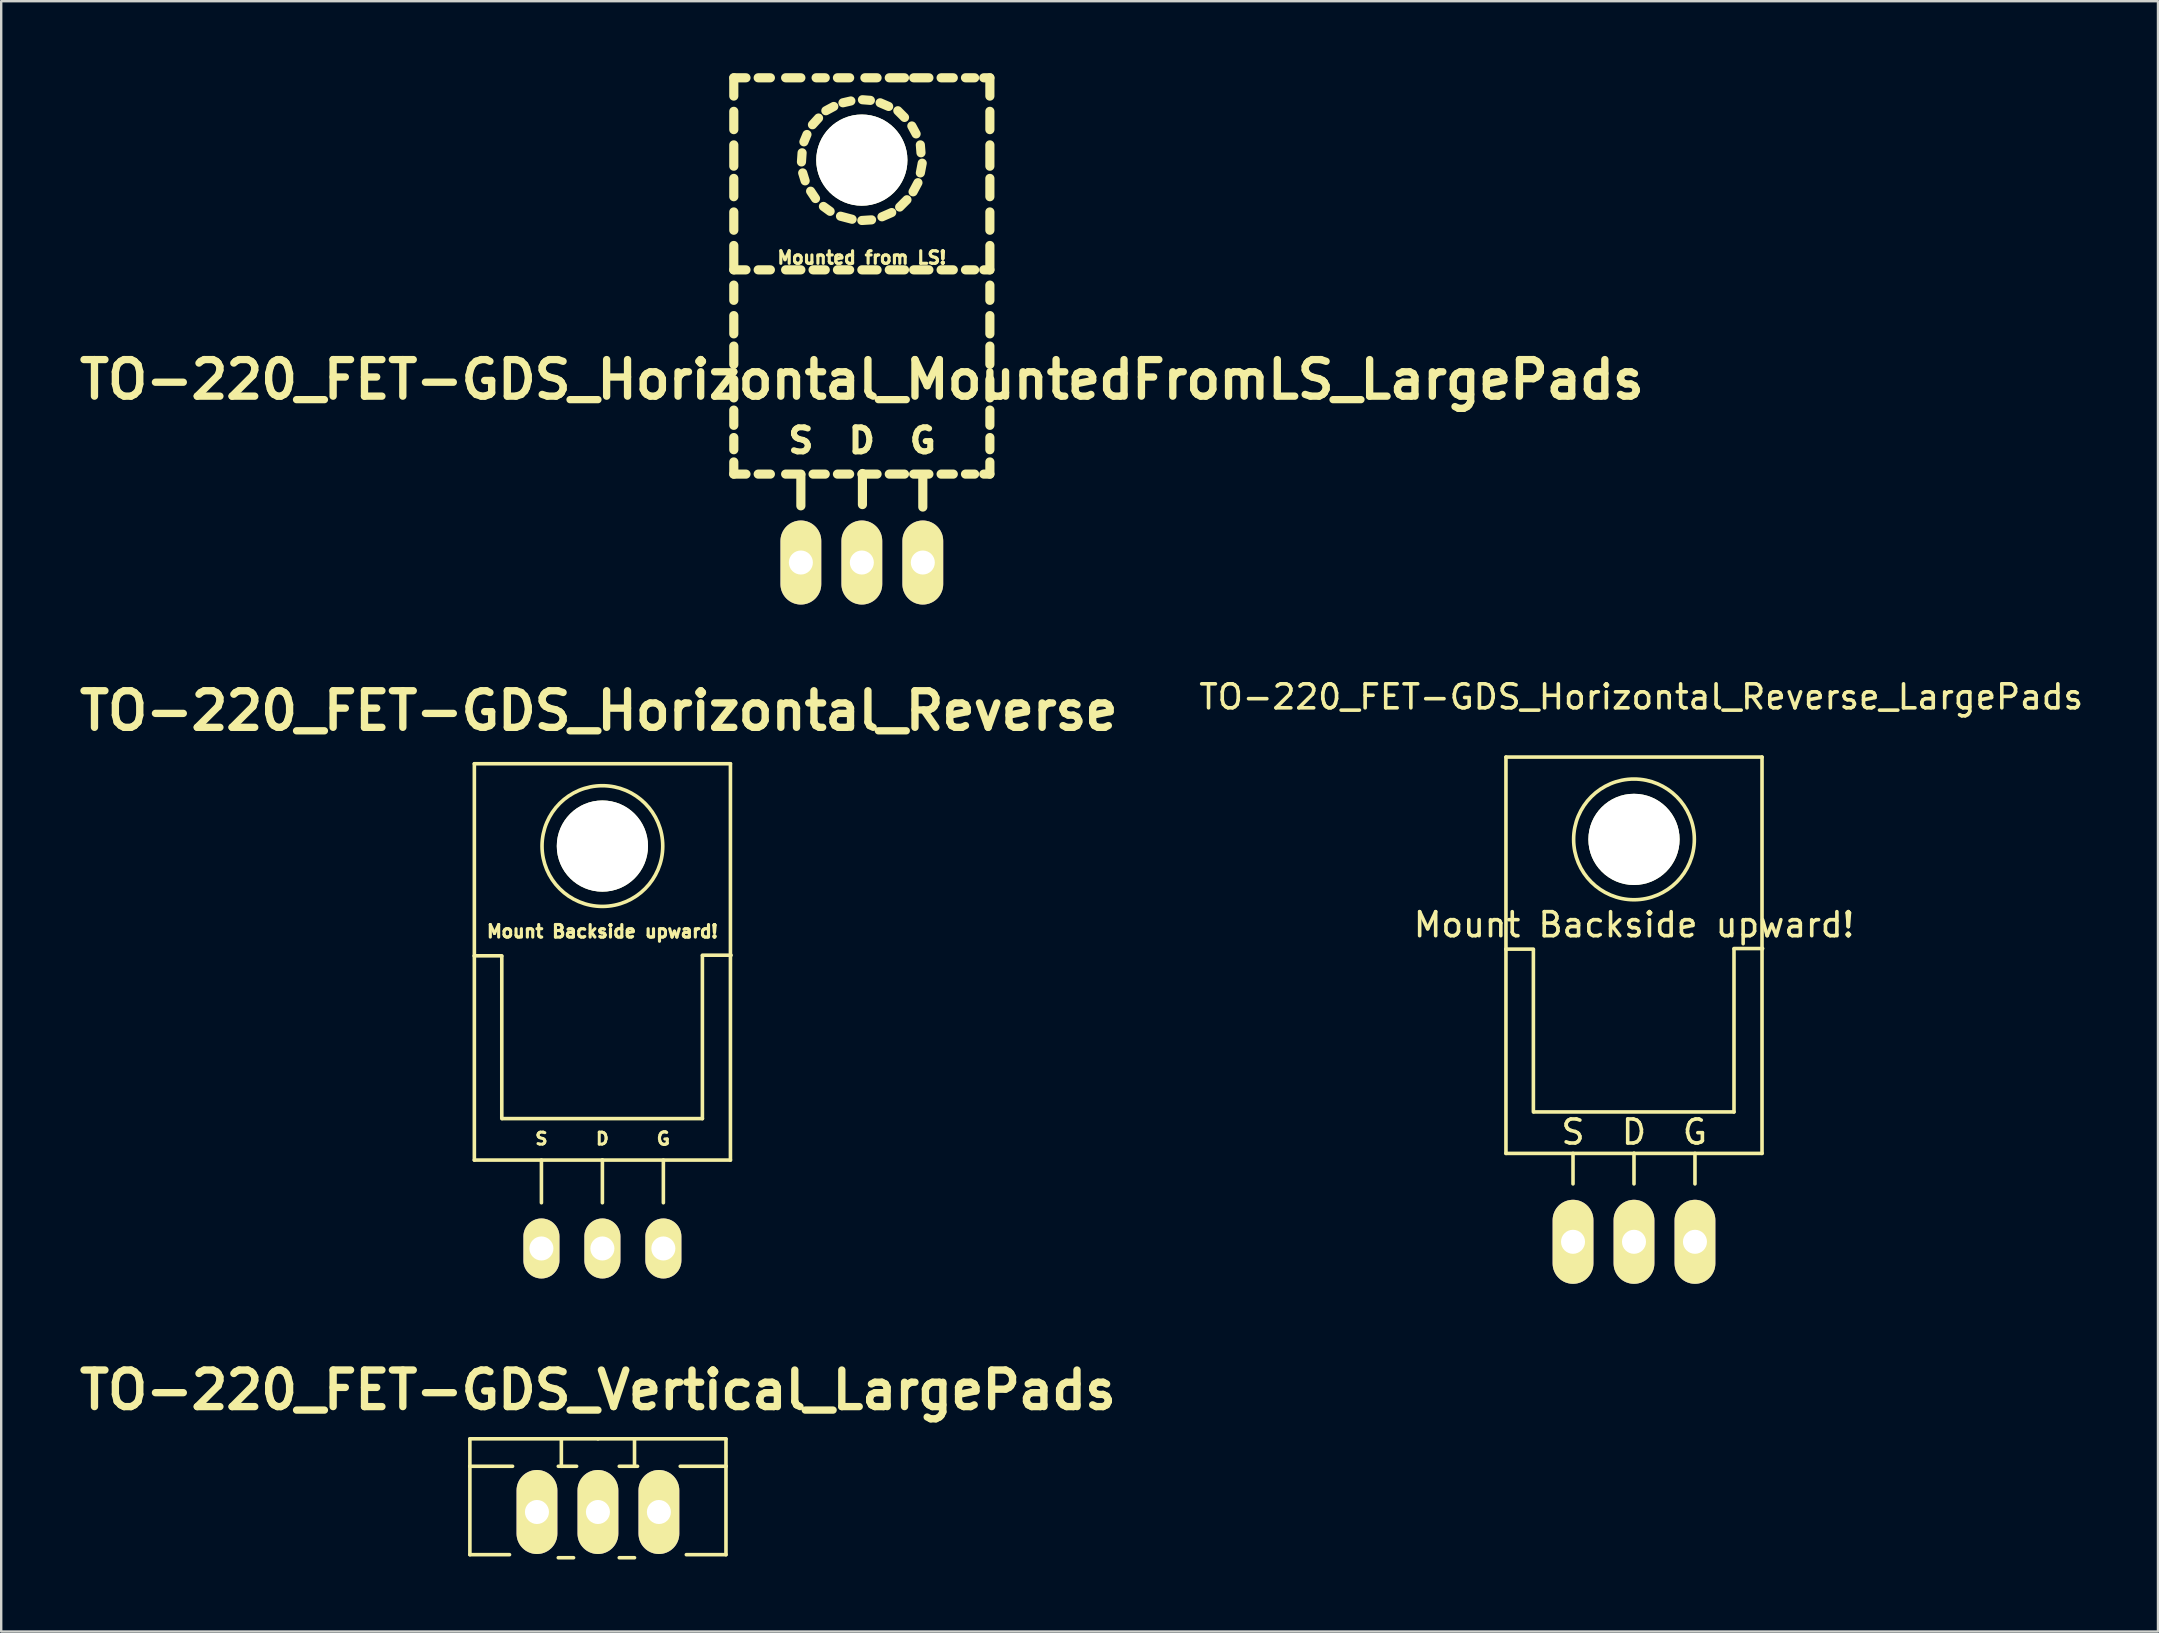
<source format=kicad_pcb>
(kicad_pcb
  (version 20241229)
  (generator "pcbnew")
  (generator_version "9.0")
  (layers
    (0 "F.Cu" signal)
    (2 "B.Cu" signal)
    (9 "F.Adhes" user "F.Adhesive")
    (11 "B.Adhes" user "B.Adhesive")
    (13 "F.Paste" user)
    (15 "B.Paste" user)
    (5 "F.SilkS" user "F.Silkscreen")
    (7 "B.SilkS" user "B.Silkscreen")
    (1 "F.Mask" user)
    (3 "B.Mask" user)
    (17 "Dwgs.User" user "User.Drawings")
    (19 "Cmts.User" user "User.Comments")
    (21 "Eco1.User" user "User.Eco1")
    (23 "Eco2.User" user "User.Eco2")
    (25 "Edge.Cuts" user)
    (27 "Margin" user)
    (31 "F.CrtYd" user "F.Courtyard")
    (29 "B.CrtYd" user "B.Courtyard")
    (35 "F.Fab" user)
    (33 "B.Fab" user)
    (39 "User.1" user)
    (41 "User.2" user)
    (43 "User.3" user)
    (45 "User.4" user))
  (footprint "TO-220_FET-GDS_Vertical_LargePads"
    (layer "F.Cu")
    (at 21.859 59.938)
    (property "Reference" "TO-220_FET-GDS_Vertical_LargePads" (at 0 -5.08 0) (layer "F.SilkS") (effects (font (size 1.524 1.524) (thickness 0.305))))
    (attr through_hole)
    (fp_line (start -5.334 -1.905) (end -5.334 -3.048) (stroke (width 0.15) (type solid)) (layer "F.SilkS"))
    (fp_line (start -5.334 -1.905) (end -3.556 -1.905) (stroke (width 0.15) (type solid)) (layer "F.SilkS"))
    (fp_line (start -5.334 1.778) (end -5.334 -1.905) (stroke (width 0.15) (type solid)) (layer "F.SilkS"))
    (fp_line (start -5.334 1.778) (end -3.683 1.778) (stroke (width 0.15) (type solid)) (layer "F.SilkS"))
    (fp_line (start -1.524 -3.048) (end -1.524 -1.905) (stroke (width 0.15) (type solid)) (layer "F.SilkS"))
    (fp_line (start -1.524 -1.905) (end -1.651 -1.905) (stroke (width 0.15) (type solid)) (layer "F.SilkS"))
    (fp_line (start -1.524 -1.905) (end -0.889 -1.905) (stroke (width 0.15) (type solid)) (layer "F.SilkS"))
    (fp_line (start -1.016 1.905) (end -1.651 1.905) (stroke (width 0.15) (type solid)) (layer "F.SilkS"))
    (fp_line (start 0 -3.048) (end -5.334 -3.048) (stroke (width 0.15) (type solid)) (layer "F.SilkS"))
    (fp_line (start 0 -3.048) (end 5.334 -3.048) (stroke (width 0.15) (type solid)) (layer "F.SilkS"))
    (fp_line (start 0.889 -1.905) (end 1.651 -1.905) (stroke (width 0.15) (type solid)) (layer "F.SilkS"))
    (fp_line (start 1.524 -3.048) (end 1.524 -1.905) (stroke (width 0.15) (type solid)) (layer "F.SilkS"))
    (fp_line (start 1.524 1.905) (end 0.889 1.905) (stroke (width 0.15) (type solid)) (layer "F.SilkS"))
    (fp_line (start 5.334 -3.048) (end 5.334 -1.905) (stroke (width 0.15) (type solid)) (layer "F.SilkS"))
    (fp_line (start 5.334 -1.905) (end 3.429 -1.905) (stroke (width 0.15) (type solid)) (layer "F.SilkS"))
    (fp_line (start 5.334 -1.905) (end 5.334 1.778) (stroke (width 0.15) (type solid)) (layer "F.SilkS"))
    (fp_line (start 5.334 1.778) (end 3.683 1.778) (stroke (width 0.15) (type solid)) (layer "F.SilkS"))
    (pad "D" thru_hole oval (at 0 0 90) (size 3.5 1.699) (drill 1.001) (layers "*.Cu" "*.Mask" "F.SilkS"))
    (pad "G" thru_hole oval (at -2.54 0 90) (size 3.5 1.699) (drill 1.001) (layers "*.Cu" "*.Mask" "F.SilkS"))
    (pad "S" thru_hole oval (at 2.54 0 90) (size 3.5 1.699) (drill 1.001) (layers "*.Cu" "*.Mask" "F.SilkS")))
  (footprint "TO-220_FET-GDS_Horizontal_MountedFromLS_LargePads"
    (layer "F.Cu")
    (at 32.853 20.384)
    (property "Reference" "TO-220_FET-GDS_Horizontal_MountedFromLS_LargePads" (at 0 -7.62 0) (layer "F.SilkS") (effects (font (size 1.524 1.524) (thickness 0.305))))
    (attr through_hole)
    (fp_line (start -5.334 -20.193) (end -5.334 -19.431) (stroke (width 0.381) (type solid)) (layer "F.SilkS"))
    (fp_line (start -5.334 -20.193) (end -4.826 -20.193) (stroke (width 0.381) (type solid)) (layer "F.SilkS"))
    (fp_line (start -5.334 -18.796) (end -5.334 -18.034) (stroke (width 0.381) (type solid)) (layer "F.SilkS"))
    (fp_line (start -5.334 -17.399) (end -5.334 -16.51) (stroke (width 0.381) (type solid)) (layer "F.SilkS"))
    (fp_line (start -5.334 -16.002) (end -5.334 -15.24) (stroke (width 0.381) (type solid)) (layer "F.SilkS"))
    (fp_line (start -5.334 -14.605) (end -5.334 -13.843) (stroke (width 0.381) (type solid)) (layer "F.SilkS"))
    (fp_line (start -5.334 -13.208) (end -5.334 -12.192) (stroke (width 0.381) (type solid)) (layer "F.SilkS"))
    (fp_line (start -5.334 -12.192) (end -4.826 -12.192) (stroke (width 0.381) (type solid)) (layer "F.SilkS"))
    (fp_line (start -5.334 -11.557) (end -5.334 -10.922) (stroke (width 0.381) (type solid)) (layer "F.SilkS"))
    (fp_line (start -5.334 -10.287) (end -5.334 -9.525) (stroke (width 0.381) (type solid)) (layer "F.SilkS"))
    (fp_line (start -5.334 -9.017) (end -5.334 -8.255) (stroke (width 0.381) (type solid)) (layer "F.SilkS"))
    (fp_line (start -5.334 -7.62) (end -5.334 -6.858) (stroke (width 0.381) (type solid)) (layer "F.SilkS"))
    (fp_line (start -5.334 -6.35) (end -5.334 -5.715) (stroke (width 0.381) (type solid)) (layer "F.SilkS"))
    (fp_line (start -5.334 -5.207) (end -5.334 -4.699) (stroke (width 0.381) (type solid)) (layer "F.SilkS"))
    (fp_line (start -5.334 -4.191) (end -5.334 -3.683) (stroke (width 0.381) (type solid)) (layer "F.SilkS"))
    (fp_line (start -5.334 -3.683) (end -4.826 -3.683) (stroke (width 0.381) (type solid)) (layer "F.SilkS"))
    (fp_line (start -4.318 -20.193) (end -3.81 -20.193) (stroke (width 0.381) (type solid)) (layer "F.SilkS"))
    (fp_line (start -4.318 -12.192) (end -3.81 -12.192) (stroke (width 0.381) (type solid)) (layer "F.SilkS"))
    (fp_line (start -4.318 -3.683) (end -3.81 -3.683) (stroke (width 0.381) (type solid)) (layer "F.SilkS"))
    (fp_line (start -3.175 -20.193) (end -2.54 -20.193) (stroke (width 0.381) (type solid)) (layer "F.SilkS"))
    (fp_line (start -3.175 -12.192) (end -2.54 -12.192) (stroke (width 0.381) (type solid)) (layer "F.SilkS"))
    (fp_line (start -3.175 -3.683) (end -2.54 -3.683) (stroke (width 0.381) (type solid)) (layer "F.SilkS"))
    (fp_line (start -2.54 -3.658) (end -2.54 -2.362) (stroke (width 0.381) (type solid)) (layer "F.SilkS"))
    (fp_line (start -2.515 -16.688) (end -2.489 -17.069) (stroke (width 0.381) (type solid)) (layer "F.SilkS"))
    (fp_line (start -2.413 -17.526) (end -2.286 -17.831) (stroke (width 0.381) (type solid)) (layer "F.SilkS"))
    (fp_line (start -2.362 -15.9) (end -2.464 -16.231) (stroke (width 0.381) (type solid)) (layer "F.SilkS"))
    (fp_line (start -2.057 -18.237) (end -1.803 -18.517) (stroke (width 0.381) (type solid)) (layer "F.SilkS"))
    (fp_line (start -2.032 -12.192) (end -1.524 -12.192) (stroke (width 0.381) (type solid)) (layer "F.SilkS"))
    (fp_line (start -2.032 -3.683) (end -1.524 -3.683) (stroke (width 0.381) (type solid)) (layer "F.SilkS"))
    (fp_line (start -1.93 -15.164) (end -2.134 -15.469) (stroke (width 0.381) (type solid)) (layer "F.SilkS"))
    (fp_line (start -1.905 -20.193) (end -1.524 -20.193) (stroke (width 0.381) (type solid)) (layer "F.SilkS"))
    (fp_line (start -1.499 -18.821) (end -1.168 -18.999) (stroke (width 0.381) (type solid)) (layer "F.SilkS"))
    (fp_line (start -1.321 -14.63) (end -1.6 -14.834) (stroke (width 0.381) (type solid)) (layer "F.SilkS"))
    (fp_line (start -1.016 -20.193) (end -0.508 -20.193) (stroke (width 0.381) (type solid)) (layer "F.SilkS"))
    (fp_line (start -1.016 -12.192) (end -0.508 -12.192) (stroke (width 0.381) (type solid)) (layer "F.SilkS"))
    (fp_line (start -1.016 -3.683) (end -0.508 -3.683) (stroke (width 0.381) (type solid)) (layer "F.SilkS"))
    (fp_line (start -0.787 -19.152) (end -0.457 -19.228) (stroke (width 0.381) (type solid)) (layer "F.SilkS"))
    (fp_line (start -0.406 -14.3) (end -0.889 -14.427) (stroke (width 0.381) (type solid)) (layer "F.SilkS"))
    (fp_line (start 0 -12.192) (end 0.635 -12.192) (stroke (width 0.381) (type solid)) (layer "F.SilkS"))
    (fp_line (start 0 -3.683) (end 0.635 -3.683) (stroke (width 0.381) (type solid)) (layer "F.SilkS"))
    (fp_line (start 0.025 -19.279) (end 0.356 -19.253) (stroke (width 0.381) (type solid)) (layer "F.SilkS"))
    (fp_line (start 0.025 -3.708) (end 0.025 -2.413) (stroke (width 0.381) (type solid)) (layer "F.SilkS"))
    (fp_line (start 0.127 -20.193) (end 0.635 -20.193) (stroke (width 0.381) (type solid)) (layer "F.SilkS"))
    (fp_line (start 0.406 -14.275) (end 0 -14.249) (stroke (width 0.381) (type solid)) (layer "F.SilkS"))
    (fp_line (start 0.762 -19.152) (end 1.118 -18.999) (stroke (width 0.381) (type solid)) (layer "F.SilkS"))
    (fp_line (start 1.143 -20.193) (end 1.778 -20.193) (stroke (width 0.381) (type solid)) (layer "F.SilkS"))
    (fp_line (start 1.143 -12.192) (end 1.778 -12.192) (stroke (width 0.381) (type solid)) (layer "F.SilkS"))
    (fp_line (start 1.143 -3.683) (end 1.778 -3.683) (stroke (width 0.381) (type solid)) (layer "F.SilkS"))
    (fp_line (start 1.245 -14.58) (end 0.838 -14.402) (stroke (width 0.381) (type solid)) (layer "F.SilkS"))
    (fp_line (start 1.499 -18.821) (end 1.778 -18.542) (stroke (width 0.381) (type solid)) (layer "F.SilkS"))
    (fp_line (start 1.88 -15.113) (end 1.575 -14.808) (stroke (width 0.381) (type solid)) (layer "F.SilkS"))
    (fp_line (start 2.083 -18.186) (end 2.261 -17.856) (stroke (width 0.381) (type solid)) (layer "F.SilkS"))
    (fp_line (start 2.159 -20.193) (end 2.794 -20.193) (stroke (width 0.381) (type solid)) (layer "F.SilkS"))
    (fp_line (start 2.159 -12.192) (end 2.794 -12.192) (stroke (width 0.381) (type solid)) (layer "F.SilkS"))
    (fp_line (start 2.159 -3.683) (end 2.794 -3.683) (stroke (width 0.381) (type solid)) (layer "F.SilkS"))
    (fp_line (start 2.337 -15.824) (end 2.134 -15.443) (stroke (width 0.381) (type solid)) (layer "F.SilkS"))
    (fp_line (start 2.438 -17.399) (end 2.464 -17.069) (stroke (width 0.381) (type solid)) (layer "F.SilkS"))
    (fp_line (start 2.515 -16.637) (end 2.438 -16.231) (stroke (width 0.381) (type solid)) (layer "F.SilkS"))
    (fp_line (start 2.54 -3.658) (end 2.54 -2.311) (stroke (width 0.381) (type solid)) (layer "F.SilkS"))
    (fp_line (start 3.302 -20.193) (end 3.81 -20.193) (stroke (width 0.381) (type solid)) (layer "F.SilkS"))
    (fp_line (start 3.302 -12.192) (end 3.81 -12.192) (stroke (width 0.381) (type solid)) (layer "F.SilkS"))
    (fp_line (start 3.302 -3.683) (end 3.81 -3.683) (stroke (width 0.381) (type solid)) (layer "F.SilkS"))
    (fp_line (start 4.318 -20.193) (end 4.699 -20.193) (stroke (width 0.381) (type solid)) (layer "F.SilkS"))
    (fp_line (start 4.318 -12.192) (end 4.699 -12.192) (stroke (width 0.381) (type solid)) (layer "F.SilkS"))
    (fp_line (start 4.318 -3.683) (end 4.699 -3.683) (stroke (width 0.381) (type solid)) (layer "F.SilkS"))
    (fp_line (start 5.08 -20.193) (end 5.334 -20.193) (stroke (width 0.381) (type solid)) (layer "F.SilkS"))
    (fp_line (start 5.08 -12.192) (end 5.334 -12.192) (stroke (width 0.381) (type solid)) (layer "F.SilkS"))
    (fp_line (start 5.08 -3.683) (end 5.334 -3.683) (stroke (width 0.381) (type solid)) (layer "F.SilkS"))
    (fp_line (start 5.334 -20.193) (end 5.334 -19.431) (stroke (width 0.381) (type solid)) (layer "F.SilkS"))
    (fp_line (start 5.334 -18.796) (end 5.334 -18.034) (stroke (width 0.381) (type solid)) (layer "F.SilkS"))
    (fp_line (start 5.334 -17.399) (end 5.334 -16.51) (stroke (width 0.381) (type solid)) (layer "F.SilkS"))
    (fp_line (start 5.334 -16.002) (end 5.334 -15.24) (stroke (width 0.381) (type solid)) (layer "F.SilkS"))
    (fp_line (start 5.334 -14.605) (end 5.334 -13.843) (stroke (width 0.381) (type solid)) (layer "F.SilkS"))
    (fp_line (start 5.334 -13.208) (end 5.334 -12.192) (stroke (width 0.381) (type solid)) (layer "F.SilkS"))
    (fp_line (start 5.334 -11.557) (end 5.334 -10.922) (stroke (width 0.381) (type solid)) (layer "F.SilkS"))
    (fp_line (start 5.334 -10.287) (end 5.334 -9.525) (stroke (width 0.381) (type solid)) (layer "F.SilkS"))
    (fp_line (start 5.334 -9.017) (end 5.334 -8.255) (stroke (width 0.381) (type solid)) (layer "F.SilkS"))
    (fp_line (start 5.334 -7.62) (end 5.334 -6.858) (stroke (width 0.381) (type solid)) (layer "F.SilkS"))
    (fp_line (start 5.334 -6.35) (end 5.334 -5.715) (stroke (width 0.381) (type solid)) (layer "F.SilkS"))
    (fp_line (start 5.334 -5.207) (end 5.334 -4.699) (stroke (width 0.381) (type solid)) (layer "F.SilkS"))
    (fp_line (start 5.334 -4.191) (end 5.334 -3.683) (stroke (width 0.381) (type solid)) (layer "F.SilkS"))
    (fp_text user "G" (at 2.54 -5.08 0) (layer "F.SilkS") (effects (font (size 1.001 1.001) (thickness 0.251))))
    (fp_text user "S" (at -2.54 -5.08 0) (layer "F.SilkS") (effects (font (size 1.001 1.001) (thickness 0.251))))
    (fp_text user "Mounted from LS!" (at 0 -12.7 0) (layer "F.SilkS") (effects (font (size 0.523 0.523) (thickness 0.132))))
    (fp_text user "D" (at 0 -5.08 0) (layer "F.SilkS") (effects (font (size 1.001 1.001) (thickness 0.251))))
    (pad "" np_thru_hole circle (at 0 -16.764 90) (size 3.8 3.8) (drill 3.8) (layers "*.Cu" "*.Mask" "F.SilkS"))
    (pad "D" thru_hole oval (at 0 0 90) (size 3.5 1.699) (drill 1.001) (layers "*.Cu" "*.Mask" "F.SilkS"))
    (pad "G" thru_hole oval (at 2.54 0 90) (size 3.5 1.699) (drill 1.001) (layers "*.Cu" "*.Mask" "F.SilkS"))
    (pad "S" thru_hole oval (at -2.54 0 90) (size 3.5 1.699) (drill 1.001) (layers "*.Cu" "*.Mask" "F.SilkS")))
  (footprint "TO-220_FET-GDS_Horizontal_Reverse"
    (layer "F.Cu")
    (at 22.045 48.96)
    (property "Reference" "TO-220_FET-GDS_Horizontal_Reverse" (at -0.15 -22.4 0) (layer "F.SilkS") (effects (font (size 1.524 1.524) (thickness 0.305))))
    (attr through_hole)
    (fp_line (start -5.334 -20.193) (end -5.334 -12.192) (stroke (width 0.15) (type solid)) (layer "F.SilkS"))
    (fp_line (start -5.334 -12.192) (end -5.334 -3.683) (stroke (width 0.15) (type solid)) (layer "F.SilkS"))
    (fp_line (start -4.191 -12.192) (end -5.334 -12.192) (stroke (width 0.15) (type solid)) (layer "F.SilkS"))
    (fp_line (start -4.191 -5.41) (end -4.191 -12.167) (stroke (width 0.15) (type solid)) (layer "F.SilkS"))
    (fp_line (start -2.54 -3.683) (end -2.54 -1.905) (stroke (width 0.15) (type solid)) (layer "F.SilkS"))
    (fp_line (start 0 -3.683) (end -5.334 -3.683) (stroke (width 0.15) (type solid)) (layer "F.SilkS"))
    (fp_line (start 0 -3.683) (end 0 -1.905) (stroke (width 0.15) (type solid)) (layer "F.SilkS"))
    (fp_line (start 0 -3.683) (end 5.334 -3.683) (stroke (width 0.15) (type solid)) (layer "F.SilkS"))
    (fp_line (start 2.54 -3.683) (end 2.54 -1.905) (stroke (width 0.15) (type solid)) (layer "F.SilkS"))
    (fp_line (start 4.166 -12.217) (end 5.359 -12.217) (stroke (width 0.15) (type solid)) (layer "F.SilkS"))
    (fp_line (start 4.166 -12.192) (end 4.166 -5.41) (stroke (width 0.15) (type solid)) (layer "F.SilkS"))
    (fp_line (start 4.166 -5.41) (end -4.166 -5.41) (stroke (width 0.15) (type solid)) (layer "F.SilkS"))
    (fp_line (start 5.334 -20.193) (end -5.334 -20.193) (stroke (width 0.15) (type solid)) (layer "F.SilkS"))
    (fp_line (start 5.334 -12.192) (end 5.334 -20.193) (stroke (width 0.15) (type solid)) (layer "F.SilkS"))
    (fp_line (start 5.334 -3.683) (end 5.334 -12.192) (stroke (width 0.15) (type solid)) (layer "F.SilkS"))
    (fp_circle (center 0 -16.764) (end 1.778 -14.986) (stroke (width 0.15) (type solid)) (fill no) (layer "F.SilkS"))
    (fp_text user "G" (at 2.54 -4.572 0) (layer "F.SilkS") (effects (font (size 0.523 0.523) (thickness 0.132))))
    (fp_text user "S" (at -2.54 -4.572 0) (layer "F.SilkS") (effects (font (size 0.5 0.5) (thickness 0.124))))
    (fp_text user "D" (at 0 -4.572 0) (layer "F.SilkS") (effects (font (size 0.5 0.5) (thickness 0.124))))
    (fp_text user "Mount Backside upward!" (at 0 -13.208 0) (layer "F.SilkS") (effects (font (size 0.523 0.523) (thickness 0.132))))
    (pad "" np_thru_hole circle (at 0 -16.764 90) (size 3.8 3.8) (drill 3.8) (layers "*.Cu" "*.Mask" "F.SilkS"))
    (pad "D" thru_hole oval (at 0 0 90) (size 2.499 1.501) (drill 1.001) (layers "*.Cu" "*.Mask" "F.SilkS"))
    (pad "G" thru_hole oval (at 2.54 0 90) (size 2.499 1.501) (drill 1.001) (layers "*.Cu" "*.Mask" "F.SilkS"))
    (pad "S" thru_hole oval (at -2.54 0 90) (size 2.499 1.501) (drill 1.001) (layers "*.Cu" "*.Mask" "F.SilkS")))
  (footprint "TO-220_FET-GDS_Horizontal_Reverse_LargePads"
    (layer "F.Cu")
    (at 65.02 48.682)
    (property "Reference" "TO-220_FET-GDS_Horizontal_Reverse_LargePads" (at 0.3 -22.7 0) (layer "F.SilkS") (effects (font (size 1 1) (thickness 0.15))))
    (attr through_hole)
    (fp_line (start -5.334 -20.193) (end -5.334 -12.192) (stroke (width 0.15) (type solid)) (layer "F.SilkS"))
    (fp_line (start -5.334 -12.192) (end -5.334 -3.683) (stroke (width 0.15) (type solid)) (layer "F.SilkS"))
    (fp_line (start -4.191 -12.192) (end -5.334 -12.192) (stroke (width 0.15) (type solid)) (layer "F.SilkS"))
    (fp_line (start -4.191 -5.41) (end -4.191 -12.167) (stroke (width 0.15) (type solid)) (layer "F.SilkS"))
    (fp_line (start -2.54 -3.683) (end -2.54 -2.413) (stroke (width 0.15) (type solid)) (layer "F.SilkS"))
    (fp_line (start 0 -3.683) (end -5.334 -3.683) (stroke (width 0.15) (type solid)) (layer "F.SilkS"))
    (fp_line (start 0 -3.683) (end 0 -2.413) (stroke (width 0.15) (type solid)) (layer "F.SilkS"))
    (fp_line (start 0 -3.683) (end 5.334 -3.683) (stroke (width 0.15) (type solid)) (layer "F.SilkS"))
    (fp_line (start 2.54 -3.683) (end 2.54 -2.413) (stroke (width 0.15) (type solid)) (layer "F.SilkS"))
    (fp_line (start 4.166 -12.217) (end 5.359 -12.217) (stroke (width 0.15) (type solid)) (layer "F.SilkS"))
    (fp_line (start 4.166 -12.192) (end 4.166 -5.41) (stroke (width 0.15) (type solid)) (layer "F.SilkS"))
    (fp_line (start 4.166 -5.41) (end -4.166 -5.41) (stroke (width 0.15) (type solid)) (layer "F.SilkS"))
    (fp_line (start 5.334 -20.193) (end -5.334 -20.193) (stroke (width 0.15) (type solid)) (layer "F.SilkS"))
    (fp_line (start 5.334 -12.192) (end 5.334 -20.193) (stroke (width 0.15) (type solid)) (layer "F.SilkS"))
    (fp_line (start 5.334 -3.683) (end 5.334 -12.192) (stroke (width 0.15) (type solid)) (layer "F.SilkS"))
    (fp_circle (center 0 -16.764) (end 1.778 -14.986) (stroke (width 0.15) (type solid)) (fill no) (layer "F.SilkS"))
    (fp_text user "S" (at -2.54 -4.572 0) (layer "F.SilkS") (effects (font (size 1 1) (thickness 0.15))))
    (fp_text user "G" (at 2.54 -4.572 0) (layer "F.SilkS") (effects (font (size 1 1) (thickness 0.15))))
    (fp_text user "Mount Backside upward!" (at 0 -13.208 0) (layer "F.SilkS") (effects (font (size 1 1) (thickness 0.15))))
    (fp_text user "D" (at 0 -4.572 0) (layer "F.SilkS") (effects (font (size 1 1) (thickness 0.15))))
    (pad "" np_thru_hole circle (at 0 -16.764 90) (size 3.8 3.8) (drill 3.8) (layers "*.Cu" "*.Mask" "F.SilkS"))
    (pad "D" thru_hole oval (at 0 0 90) (size 3.5 1.699) (drill 1.001) (layers "*.Cu" "*.Mask" "F.SilkS"))
    (pad "G" thru_hole oval (at 2.54 0 90) (size 3.5 1.699) (drill 1.001) (layers "*.Cu" "*.Mask" "F.SilkS"))
    (pad "S" thru_hole oval (at -2.54 0 90) (size 3.5 1.699) (drill 1.001) (layers "*.Cu" "*.Mask" "F.SilkS")))
  (gr_rect
    (start -3 -3)
    (end 86.849 64.918)
    (stroke (width 0.1) (type default))
    (fill no)
    (layer "Edge.Cuts")))
</source>
